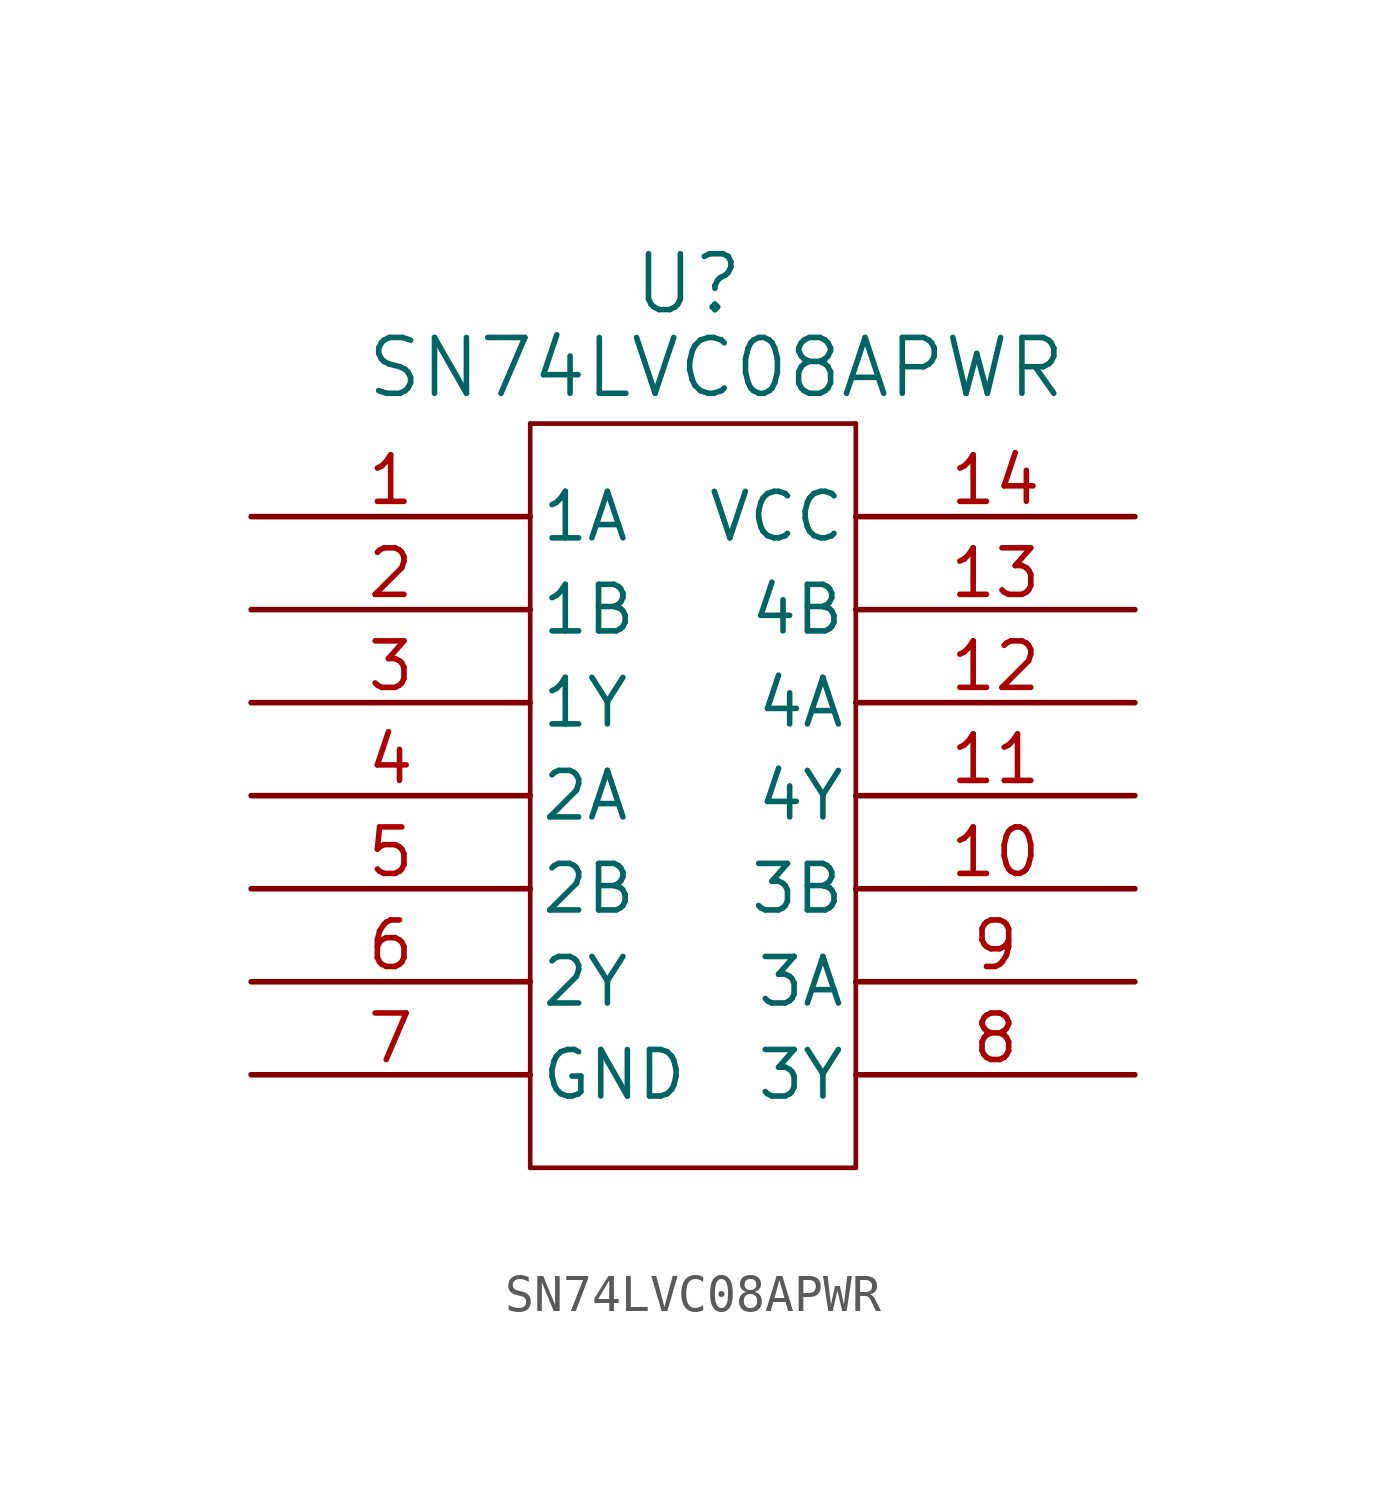
<source format=kicad_sym>
(kicad_symbol_lib
  (version 20231120)
  (generator "kicad_symbol_editor")
  (generator_version "8.0")
  (symbol "SN74LVC08APWR"
    (pin_names
      (offset 0.254))
    (property "Reference" "U"
      (at 11.938 6.35 0)
      (effects (font (size 1.524 1.524))))
    (property "Value" "SN74LVC08APWR"
      (at 12.7 4.064 0)
      (effects (font (size 1.524 1.524))))
    (property "ki_locked" ""
      (at 0 0 0)
      (effects (font (size 1.27 1.27))))
    (symbol "SN74LVC08APWR_0_1"
      (polyline (pts (xy 7.62 -17.78) (xy 16.51 -17.78)) (stroke (width 0.127) (type default)) (fill (type none)))
      (polyline (pts (xy 7.62 2.54) (xy 7.62 -17.78)) (stroke (width 0.127) (type default)) (fill (type none)))
      (polyline (pts (xy 16.51 -17.78) (xy 16.51 2.54)) (stroke (width 0.127) (type default)) (fill (type none)))
      (polyline (pts (xy 16.51 2.54) (xy 7.62 2.54)) (stroke (width 0.127) (type default)) (fill (type none)))
      (pin input line (at 0 0 0) (length 7.62) (name "1A" (effects (font (size 1.27 1.27)))) (number "1" (effects (font (size 1.27 1.27)))))
      (pin input line (at 24.13 -10.16 180) (length 7.62) (name "3B" (effects (font (size 1.27 1.27)))) (number "10" (effects (font (size 1.27 1.27)))))
      (pin output line (at 24.13 -7.62 180) (length 7.62) (name "4Y" (effects (font (size 1.27 1.27)))) (number "11" (effects (font (size 1.27 1.27)))))
      (pin input line (at 24.13 -5.08 180) (length 7.62) (name "4A" (effects (font (size 1.27 1.27)))) (number "12" (effects (font (size 1.27 1.27)))))
      (pin input line (at 24.13 -2.54 180) (length 7.62) (name "4B" (effects (font (size 1.27 1.27)))) (number "13" (effects (font (size 1.27 1.27)))))
      (pin power_in line (at 24.13 0 180) (length 7.62) (name "VCC" (effects (font (size 1.27 1.27)))) (number "14" (effects (font (size 1.27 1.27)))))
      (pin input line (at 0 -2.54 0) (length 7.62) (name "1B" (effects (font (size 1.27 1.27)))) (number "2" (effects (font (size 1.27 1.27)))))
      (pin output line (at 0 -5.08 0) (length 7.62) (name "1Y" (effects (font (size 1.27 1.27)))) (number "3" (effects (font (size 1.27 1.27)))))
      (pin input line (at 0 -7.62 0) (length 7.62) (name "2A" (effects (font (size 1.27 1.27)))) (number "4" (effects (font (size 1.27 1.27)))))
      (pin input line (at 0 -10.16 0) (length 7.62) (name "2B" (effects (font (size 1.27 1.27)))) (number "5" (effects (font (size 1.27 1.27)))))
      (pin output line (at 0 -12.7 0) (length 7.62) (name "2Y" (effects (font (size 1.27 1.27)))) (number "6" (effects (font (size 1.27 1.27)))))
      (pin power_in line (at 0 -15.24 0) (length 7.62) (name "GND" (effects (font (size 1.27 1.27)))) (number "7" (effects (font (size 1.27 1.27)))))
      (pin output line (at 24.13 -15.24 180) (length 7.62) (name "3Y" (effects (font (size 1.27 1.27)))) (number "8" (effects (font (size 1.27 1.27)))))
      (pin input line (at 24.13 -12.7 180) (length 7.62) (name "3A" (effects (font (size 1.27 1.27)))) (number "9" (effects (font (size 1.27 1.27))))))))
</source>
